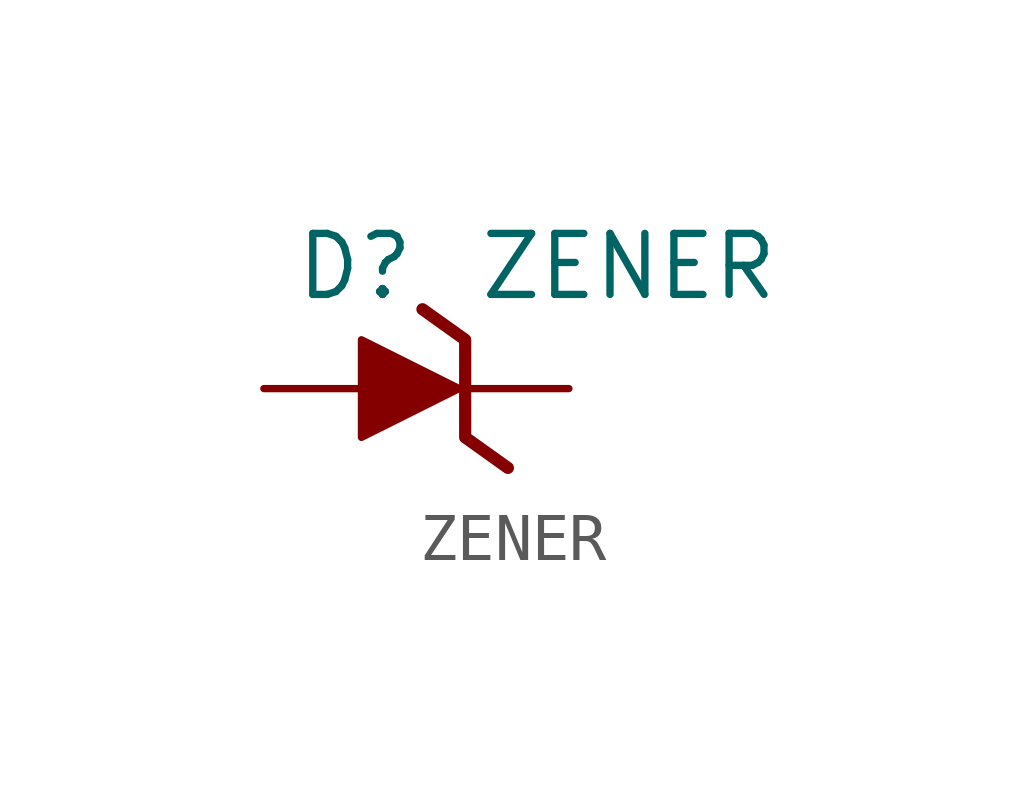
<source format=kicad_sym>
(kicad_symbol_lib
  (version 20211014)
  (generator kicad_symbol_editor)
  (symbol "ZENER"
    (pin_numbers hide)
    (pin_names
      (offset 1.016) hide)
    (property "Reference" "D"
      (at 3.175 2.54 0)
      (effects (font (size 1.27 1.27)) (justify right)))
    (property "Value" "ZENER"
      (at 4.445 2.54 0)
      (effects (font (size 1.27 1.27)) (justify left)))
    (symbol "ZENER_0_1"
      (polyline (pts (xy 2.032 -1.016) (xy 2.032 1.016) (xy 4.064 0) (xy 2.032 -1.016)) (stroke (width 0) (type default) (color 0 0 0 0)) (fill (type outline)))
      (polyline (pts (xy 3.302 1.651) (xy 4.191 1.016) (xy 4.191 -1.016) (xy 5.08 -1.651)) (stroke (width 0.254) (type default) (color 0 0 0 0)) (fill (type none))))
    (symbol "ZENER_1_1"
      (pin passive line (at 0 0 0) (length 2.032) (name "~" (effects (font (size 1.27 1.27)))) (number "A" (effects (font (size 1.27 1.27)))))
      (pin passive line (at 6.35 0 180) (length 2.032) (name "~" (effects (font (size 1.27 1.27)))) (number "C" (effects (font (size 1.27 1.27))))))))
</source>
